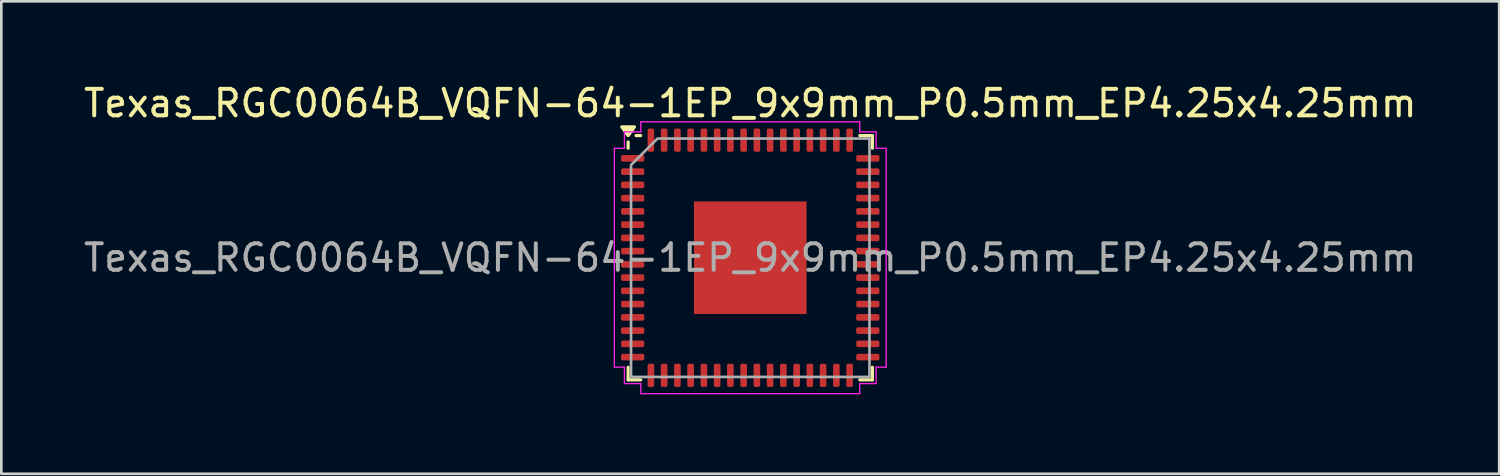
<source format=kicad_pcb>
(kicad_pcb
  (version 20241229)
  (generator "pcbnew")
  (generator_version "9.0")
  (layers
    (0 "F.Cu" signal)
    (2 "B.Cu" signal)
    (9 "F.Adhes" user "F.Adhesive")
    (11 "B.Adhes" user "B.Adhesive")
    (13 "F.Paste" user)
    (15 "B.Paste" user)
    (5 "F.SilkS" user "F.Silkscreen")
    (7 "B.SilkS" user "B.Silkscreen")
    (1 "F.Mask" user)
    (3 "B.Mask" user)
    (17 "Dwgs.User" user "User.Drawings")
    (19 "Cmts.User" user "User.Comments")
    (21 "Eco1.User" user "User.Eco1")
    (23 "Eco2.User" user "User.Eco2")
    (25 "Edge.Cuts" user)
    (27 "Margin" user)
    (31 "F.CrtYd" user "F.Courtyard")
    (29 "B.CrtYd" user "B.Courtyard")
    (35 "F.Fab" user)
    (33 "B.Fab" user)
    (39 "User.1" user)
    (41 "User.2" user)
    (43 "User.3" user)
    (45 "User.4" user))
  (footprint "Texas_RGC0064B_VQFN-64-1EP_9x9mm_P0.5mm_EP4.25x4.25mm"
    (layer "F.Cu")
    (at 25.268 6.678)
    (property "Reference" "Texas_RGC0064B_VQFN-64-1EP_9x9mm_P0.5mm_EP4.25x4.25mm" (at 0 -5.83 0) (layer "F.SilkS") (effects (font (size 1 1) (thickness 0.15))))
    (attr smd)
    (fp_line (start -4.61 -4.135) (end -4.61 -4.37) (stroke (width 0.12) (type solid)) (layer "F.SilkS"))
    (fp_line (start -4.61 4.61) (end -4.61 4.135) (stroke (width 0.12) (type solid)) (layer "F.SilkS"))
    (fp_line (start -4.135 -4.61) (end -4.31 -4.61) (stroke (width 0.12) (type solid)) (layer "F.SilkS"))
    (fp_line (start -4.135 4.61) (end -4.61 4.61) (stroke (width 0.12) (type solid)) (layer "F.SilkS"))
    (fp_line (start 4.135 -4.61) (end 4.61 -4.61) (stroke (width 0.12) (type solid)) (layer "F.SilkS"))
    (fp_line (start 4.135 4.61) (end 4.61 4.61) (stroke (width 0.12) (type solid)) (layer "F.SilkS"))
    (fp_line (start 4.61 -4.61) (end 4.61 -4.135) (stroke (width 0.12) (type solid)) (layer "F.SilkS"))
    (fp_line (start 4.61 4.61) (end 4.61 4.135) (stroke (width 0.12) (type solid)) (layer "F.SilkS"))
    (fp_poly (pts (xy -4.61 -4.61) (xy -4.85 -4.94) (xy -4.37 -4.94)) (stroke (width 0.12) (type solid)) (fill yes) (layer "F.SilkS"))
    (fp_line (start -5.13 -4.13) (end -4.75 -4.13) (stroke (width 0.05) (type solid)) (layer "F.CrtYd"))
    (fp_line (start -5.13 4.13) (end -5.13 -4.13) (stroke (width 0.05) (type solid)) (layer "F.CrtYd"))
    (fp_line (start -4.75 -4.75) (end -4.13 -4.75) (stroke (width 0.05) (type solid)) (layer "F.CrtYd"))
    (fp_line (start -4.75 -4.13) (end -4.75 -4.75) (stroke (width 0.05) (type solid)) (layer "F.CrtYd"))
    (fp_line (start -4.75 4.13) (end -5.13 4.13) (stroke (width 0.05) (type solid)) (layer "F.CrtYd"))
    (fp_line (start -4.75 4.75) (end -4.75 4.13) (stroke (width 0.05) (type solid)) (layer "F.CrtYd"))
    (fp_line (start -4.13 -5.13) (end 4.13 -5.13) (stroke (width 0.05) (type solid)) (layer "F.CrtYd"))
    (fp_line (start -4.13 -4.75) (end -4.13 -5.13) (stroke (width 0.05) (type solid)) (layer "F.CrtYd"))
    (fp_line (start -4.13 4.75) (end -4.75 4.75) (stroke (width 0.05) (type solid)) (layer "F.CrtYd"))
    (fp_line (start -4.13 5.13) (end -4.13 4.75) (stroke (width 0.05) (type solid)) (layer "F.CrtYd"))
    (fp_line (start 4.13 -5.13) (end 4.13 -4.75) (stroke (width 0.05) (type solid)) (layer "F.CrtYd"))
    (fp_line (start 4.13 -4.75) (end 4.75 -4.75) (stroke (width 0.05) (type solid)) (layer "F.CrtYd"))
    (fp_line (start 4.13 4.75) (end 4.13 5.13) (stroke (width 0.05) (type solid)) (layer "F.CrtYd"))
    (fp_line (start 4.13 5.13) (end -4.13 5.13) (stroke (width 0.05) (type solid)) (layer "F.CrtYd"))
    (fp_line (start 4.75 -4.75) (end 4.75 -4.13) (stroke (width 0.05) (type solid)) (layer "F.CrtYd"))
    (fp_line (start 4.75 -4.13) (end 5.13 -4.13) (stroke (width 0.05) (type solid)) (layer "F.CrtYd"))
    (fp_line (start 4.75 4.13) (end 4.75 4.75) (stroke (width 0.05) (type solid)) (layer "F.CrtYd"))
    (fp_line (start 4.75 4.75) (end 4.13 4.75) (stroke (width 0.05) (type solid)) (layer "F.CrtYd"))
    (fp_line (start 5.13 -4.13) (end 5.13 4.13) (stroke (width 0.05) (type solid)) (layer "F.CrtYd"))
    (fp_line (start 5.13 4.13) (end 4.75 4.13) (stroke (width 0.05) (type solid)) (layer "F.CrtYd"))
    (fp_poly (pts (xy -4.5 -3.5) (xy -4.5 4.5) (xy 4.5 4.5) (xy 4.5 -4.5) (xy -3.5 -4.5)) (stroke (width 0.1) (type solid)) (fill no) (layer "F.Fab"))
    (fp_text user "${REFERENCE}" (at 0 0 0) (layer "F.Fab") (effects (font (size 1 1) (thickness 0.15))))
    (pad "" smd roundrect (at -1.06 -1.06) (size 1.71 1.71) (layers "F.Paste") (roundrect_rratio 0.146))
    (pad "" smd roundrect (at -1.06 1.06) (size 1.71 1.71) (layers "F.Paste") (roundrect_rratio 0.146))
    (pad "" smd roundrect (at 1.06 -1.06) (size 1.71 1.71) (layers "F.Paste") (roundrect_rratio 0.146))
    (pad "" smd roundrect (at 1.06 1.06) (size 1.71 1.71) (layers "F.Paste") (roundrect_rratio 0.146))
    (pad "1" smd roundrect (at -4.438 -3.75) (size 0.875 0.25) (layers "F.Cu" "F.Mask" "F.Paste") (roundrect_rratio 0.25))
    (pad "2" smd roundrect (at -4.438 -3.25) (size 0.875 0.25) (layers "F.Cu" "F.Mask" "F.Paste") (roundrect_rratio 0.25))
    (pad "3" smd roundrect (at -4.438 -2.75) (size 0.875 0.25) (layers "F.Cu" "F.Mask" "F.Paste") (roundrect_rratio 0.25))
    (pad "4" smd roundrect (at -4.438 -2.25) (size 0.875 0.25) (layers "F.Cu" "F.Mask" "F.Paste") (roundrect_rratio 0.25))
    (pad "5" smd roundrect (at -4.438 -1.75) (size 0.875 0.25) (layers "F.Cu" "F.Mask" "F.Paste") (roundrect_rratio 0.25))
    (pad "6" smd roundrect (at -4.438 -1.25) (size 0.875 0.25) (layers "F.Cu" "F.Mask" "F.Paste") (roundrect_rratio 0.25))
    (pad "7" smd roundrect (at -4.438 -0.75) (size 0.875 0.25) (layers "F.Cu" "F.Mask" "F.Paste") (roundrect_rratio 0.25))
    (pad "8" smd roundrect (at -4.438 -0.25) (size 0.875 0.25) (layers "F.Cu" "F.Mask" "F.Paste") (roundrect_rratio 0.25))
    (pad "9" smd roundrect (at -4.438 0.25) (size 0.875 0.25) (layers "F.Cu" "F.Mask" "F.Paste") (roundrect_rratio 0.25))
    (pad "10" smd roundrect (at -4.438 0.75) (size 0.875 0.25) (layers "F.Cu" "F.Mask" "F.Paste") (roundrect_rratio 0.25))
    (pad "11" smd roundrect (at -4.438 1.25) (size 0.875 0.25) (layers "F.Cu" "F.Mask" "F.Paste") (roundrect_rratio 0.25))
    (pad "12" smd roundrect (at -4.438 1.75) (size 0.875 0.25) (layers "F.Cu" "F.Mask" "F.Paste") (roundrect_rratio 0.25))
    (pad "13" smd roundrect (at -4.438 2.25) (size 0.875 0.25) (layers "F.Cu" "F.Mask" "F.Paste") (roundrect_rratio 0.25))
    (pad "14" smd roundrect (at -4.438 2.75) (size 0.875 0.25) (layers "F.Cu" "F.Mask" "F.Paste") (roundrect_rratio 0.25))
    (pad "15" smd roundrect (at -4.438 3.25) (size 0.875 0.25) (layers "F.Cu" "F.Mask" "F.Paste") (roundrect_rratio 0.25))
    (pad "16" smd roundrect (at -4.438 3.75) (size 0.875 0.25) (layers "F.Cu" "F.Mask" "F.Paste") (roundrect_rratio 0.25))
    (pad "17" smd roundrect (at -3.75 4.438) (size 0.25 0.875) (layers "F.Cu" "F.Mask" "F.Paste") (roundrect_rratio 0.25))
    (pad "18" smd roundrect (at -3.25 4.438) (size 0.25 0.875) (layers "F.Cu" "F.Mask" "F.Paste") (roundrect_rratio 0.25))
    (pad "19" smd roundrect (at -2.75 4.438) (size 0.25 0.875) (layers "F.Cu" "F.Mask" "F.Paste") (roundrect_rratio 0.25))
    (pad "20" smd roundrect (at -2.25 4.438) (size 0.25 0.875) (layers "F.Cu" "F.Mask" "F.Paste") (roundrect_rratio 0.25))
    (pad "21" smd roundrect (at -1.75 4.438) (size 0.25 0.875) (layers "F.Cu" "F.Mask" "F.Paste") (roundrect_rratio 0.25))
    (pad "22" smd roundrect (at -1.25 4.438) (size 0.25 0.875) (layers "F.Cu" "F.Mask" "F.Paste") (roundrect_rratio 0.25))
    (pad "23" smd roundrect (at -0.75 4.438) (size 0.25 0.875) (layers "F.Cu" "F.Mask" "F.Paste") (roundrect_rratio 0.25))
    (pad "24" smd roundrect (at -0.25 4.438) (size 0.25 0.875) (layers "F.Cu" "F.Mask" "F.Paste") (roundrect_rratio 0.25))
    (pad "25" smd roundrect (at 0.25 4.438) (size 0.25 0.875) (layers "F.Cu" "F.Mask" "F.Paste") (roundrect_rratio 0.25))
    (pad "26" smd roundrect (at 0.75 4.438) (size 0.25 0.875) (layers "F.Cu" "F.Mask" "F.Paste") (roundrect_rratio 0.25))
    (pad "27" smd roundrect (at 1.25 4.438) (size 0.25 0.875) (layers "F.Cu" "F.Mask" "F.Paste") (roundrect_rratio 0.25))
    (pad "28" smd roundrect (at 1.75 4.438) (size 0.25 0.875) (layers "F.Cu" "F.Mask" "F.Paste") (roundrect_rratio 0.25))
    (pad "29" smd roundrect (at 2.25 4.438) (size 0.25 0.875) (layers "F.Cu" "F.Mask" "F.Paste") (roundrect_rratio 0.25))
    (pad "30" smd roundrect (at 2.75 4.438) (size 0.25 0.875) (layers "F.Cu" "F.Mask" "F.Paste") (roundrect_rratio 0.25))
    (pad "31" smd roundrect (at 3.25 4.438) (size 0.25 0.875) (layers "F.Cu" "F.Mask" "F.Paste") (roundrect_rratio 0.25))
    (pad "32" smd roundrect (at 3.75 4.438) (size 0.25 0.875) (layers "F.Cu" "F.Mask" "F.Paste") (roundrect_rratio 0.25))
    (pad "33" smd roundrect (at 4.438 3.75) (size 0.875 0.25) (layers "F.Cu" "F.Mask" "F.Paste") (roundrect_rratio 0.25))
    (pad "34" smd roundrect (at 4.438 3.25) (size 0.875 0.25) (layers "F.Cu" "F.Mask" "F.Paste") (roundrect_rratio 0.25))
    (pad "35" smd roundrect (at 4.438 2.75) (size 0.875 0.25) (layers "F.Cu" "F.Mask" "F.Paste") (roundrect_rratio 0.25))
    (pad "36" smd roundrect (at 4.438 2.25) (size 0.875 0.25) (layers "F.Cu" "F.Mask" "F.Paste") (roundrect_rratio 0.25))
    (pad "37" smd roundrect (at 4.438 1.75) (size 0.875 0.25) (layers "F.Cu" "F.Mask" "F.Paste") (roundrect_rratio 0.25))
    (pad "38" smd roundrect (at 4.438 1.25) (size 0.875 0.25) (layers "F.Cu" "F.Mask" "F.Paste") (roundrect_rratio 0.25))
    (pad "39" smd roundrect (at 4.438 0.75) (size 0.875 0.25) (layers "F.Cu" "F.Mask" "F.Paste") (roundrect_rratio 0.25))
    (pad "40" smd roundrect (at 4.438 0.25) (size 0.875 0.25) (layers "F.Cu" "F.Mask" "F.Paste") (roundrect_rratio 0.25))
    (pad "41" smd roundrect (at 4.438 -0.25) (size 0.875 0.25) (layers "F.Cu" "F.Mask" "F.Paste") (roundrect_rratio 0.25))
    (pad "42" smd roundrect (at 4.438 -0.75) (size 0.875 0.25) (layers "F.Cu" "F.Mask" "F.Paste") (roundrect_rratio 0.25))
    (pad "43" smd roundrect (at 4.438 -1.25) (size 0.875 0.25) (layers "F.Cu" "F.Mask" "F.Paste") (roundrect_rratio 0.25))
    (pad "44" smd roundrect (at 4.438 -1.75) (size 0.875 0.25) (layers "F.Cu" "F.Mask" "F.Paste") (roundrect_rratio 0.25))
    (pad "45" smd roundrect (at 4.438 -2.25) (size 0.875 0.25) (layers "F.Cu" "F.Mask" "F.Paste") (roundrect_rratio 0.25))
    (pad "46" smd roundrect (at 4.438 -2.75) (size 0.875 0.25) (layers "F.Cu" "F.Mask" "F.Paste") (roundrect_rratio 0.25))
    (pad "47" smd roundrect (at 4.438 -3.25) (size 0.875 0.25) (layers "F.Cu" "F.Mask" "F.Paste") (roundrect_rratio 0.25))
    (pad "48" smd roundrect (at 4.438 -3.75) (size 0.875 0.25) (layers "F.Cu" "F.Mask" "F.Paste") (roundrect_rratio 0.25))
    (pad "49" smd roundrect (at 3.75 -4.438) (size 0.25 0.875) (layers "F.Cu" "F.Mask" "F.Paste") (roundrect_rratio 0.25))
    (pad "50" smd roundrect (at 3.25 -4.438) (size 0.25 0.875) (layers "F.Cu" "F.Mask" "F.Paste") (roundrect_rratio 0.25))
    (pad "51" smd roundrect (at 2.75 -4.438) (size 0.25 0.875) (layers "F.Cu" "F.Mask" "F.Paste") (roundrect_rratio 0.25))
    (pad "52" smd roundrect (at 2.25 -4.438) (size 0.25 0.875) (layers "F.Cu" "F.Mask" "F.Paste") (roundrect_rratio 0.25))
    (pad "53" smd roundrect (at 1.75 -4.438) (size 0.25 0.875) (layers "F.Cu" "F.Mask" "F.Paste") (roundrect_rratio 0.25))
    (pad "54" smd roundrect (at 1.25 -4.438) (size 0.25 0.875) (layers "F.Cu" "F.Mask" "F.Paste") (roundrect_rratio 0.25))
    (pad "55" smd roundrect (at 0.75 -4.438) (size 0.25 0.875) (layers "F.Cu" "F.Mask" "F.Paste") (roundrect_rratio 0.25))
    (pad "56" smd roundrect (at 0.25 -4.438) (size 0.25 0.875) (layers "F.Cu" "F.Mask" "F.Paste") (roundrect_rratio 0.25))
    (pad "57" smd roundrect (at -0.25 -4.438) (size 0.25 0.875) (layers "F.Cu" "F.Mask" "F.Paste") (roundrect_rratio 0.25))
    (pad "58" smd roundrect (at -0.75 -4.438) (size 0.25 0.875) (layers "F.Cu" "F.Mask" "F.Paste") (roundrect_rratio 0.25))
    (pad "59" smd roundrect (at -1.25 -4.438) (size 0.25 0.875) (layers "F.Cu" "F.Mask" "F.Paste") (roundrect_rratio 0.25))
    (pad "60" smd roundrect (at -1.75 -4.438) (size 0.25 0.875) (layers "F.Cu" "F.Mask" "F.Paste") (roundrect_rratio 0.25))
    (pad "61" smd roundrect (at -2.25 -4.438) (size 0.25 0.875) (layers "F.Cu" "F.Mask" "F.Paste") (roundrect_rratio 0.25))
    (pad "62" smd roundrect (at -2.75 -4.438) (size 0.25 0.875) (layers "F.Cu" "F.Mask" "F.Paste") (roundrect_rratio 0.25))
    (pad "63" smd roundrect (at -3.25 -4.438) (size 0.25 0.875) (layers "F.Cu" "F.Mask" "F.Paste") (roundrect_rratio 0.25))
    (pad "64" smd roundrect (at -3.75 -4.438) (size 0.25 0.875) (layers "F.Cu" "F.Mask" "F.Paste") (roundrect_rratio 0.25))
    (pad "65" smd rect (at 0 0) (size 4.25 4.25) (property pad_prop_heatsink) (layers "F.Cu" "F.Mask")))
  (gr_rect
    (start -3 -3)
    (end 53.536 14.833)
    (stroke (width 0.1) (type default))
    (fill no)
    (layer "Edge.Cuts")))
</source>
